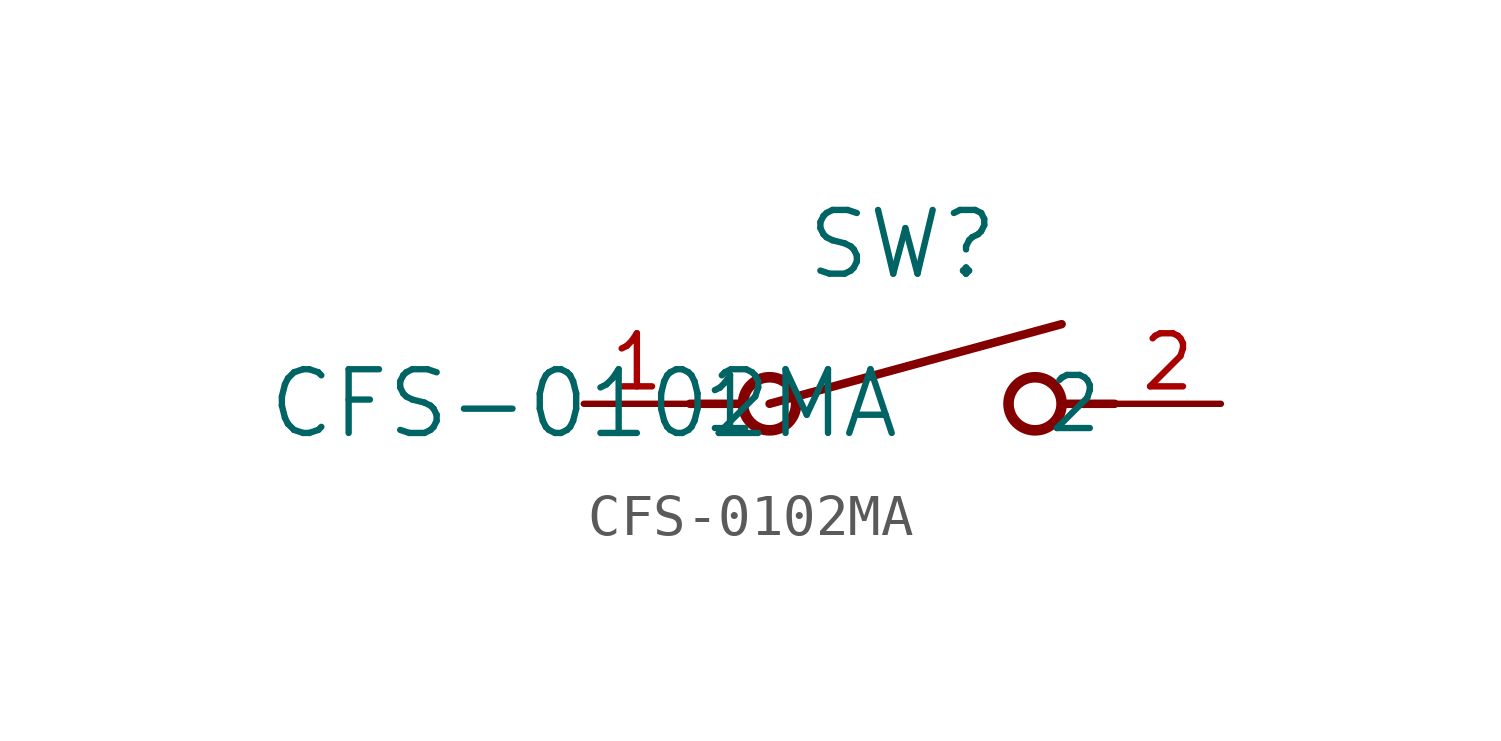
<source format=kicad_sym>
(kicad_symbol_lib
  (version 20211014)
  (generator kicad_symbol_editor)
  (symbol "CFS-0102MA"
    (pin_names
      (offset 0.254))
    (property "Reference" "SW"
      (at 7.62 3.81 0)
      (effects (font (size 1.524 1.524))))
    (property "Value" "CFS-0102MA"
      (at 0 0 0)
      (effects (font (size 1.524 1.524))))
    (symbol "CFS-0102MA_0_1"
      (polyline (pts (xy 2.54 0) (xy 3.81 0)) (stroke (width 0.203) (type default) (color 0 0 0 0)) (fill (type none)))
      (circle (center 10.795 0) (radius 0.635) (stroke (width 0.254) (type default) (color 0 0 0 0)) (fill (type none)))
      (circle (center 4.445 0) (radius 0.635) (stroke (width 0.254) (type default) (color 0 0 0 0)) (fill (type none)))
      (polyline (pts (xy 12.7 0) (xy 11.43 0)) (stroke (width 0.203) (type default) (color 0 0 0 0)) (fill (type none)))
      (polyline (pts (xy 4.445 0) (xy 11.43 1.905)) (stroke (width 0.203) (type default) (color 0 0 0 0)) (fill (type none)))
      (pin unspecified line (at 0 0 0) (length 2.54) (name "1" (effects (font (size 1.27 1.27)))) (number "1" (effects (font (size 1.27 1.27)))))
      (pin unspecified line (at 15.24 0 180) (length 2.54) (name "2" (effects (font (size 1.27 1.27)))) (number "2" (effects (font (size 1.27 1.27))))))))
</source>
